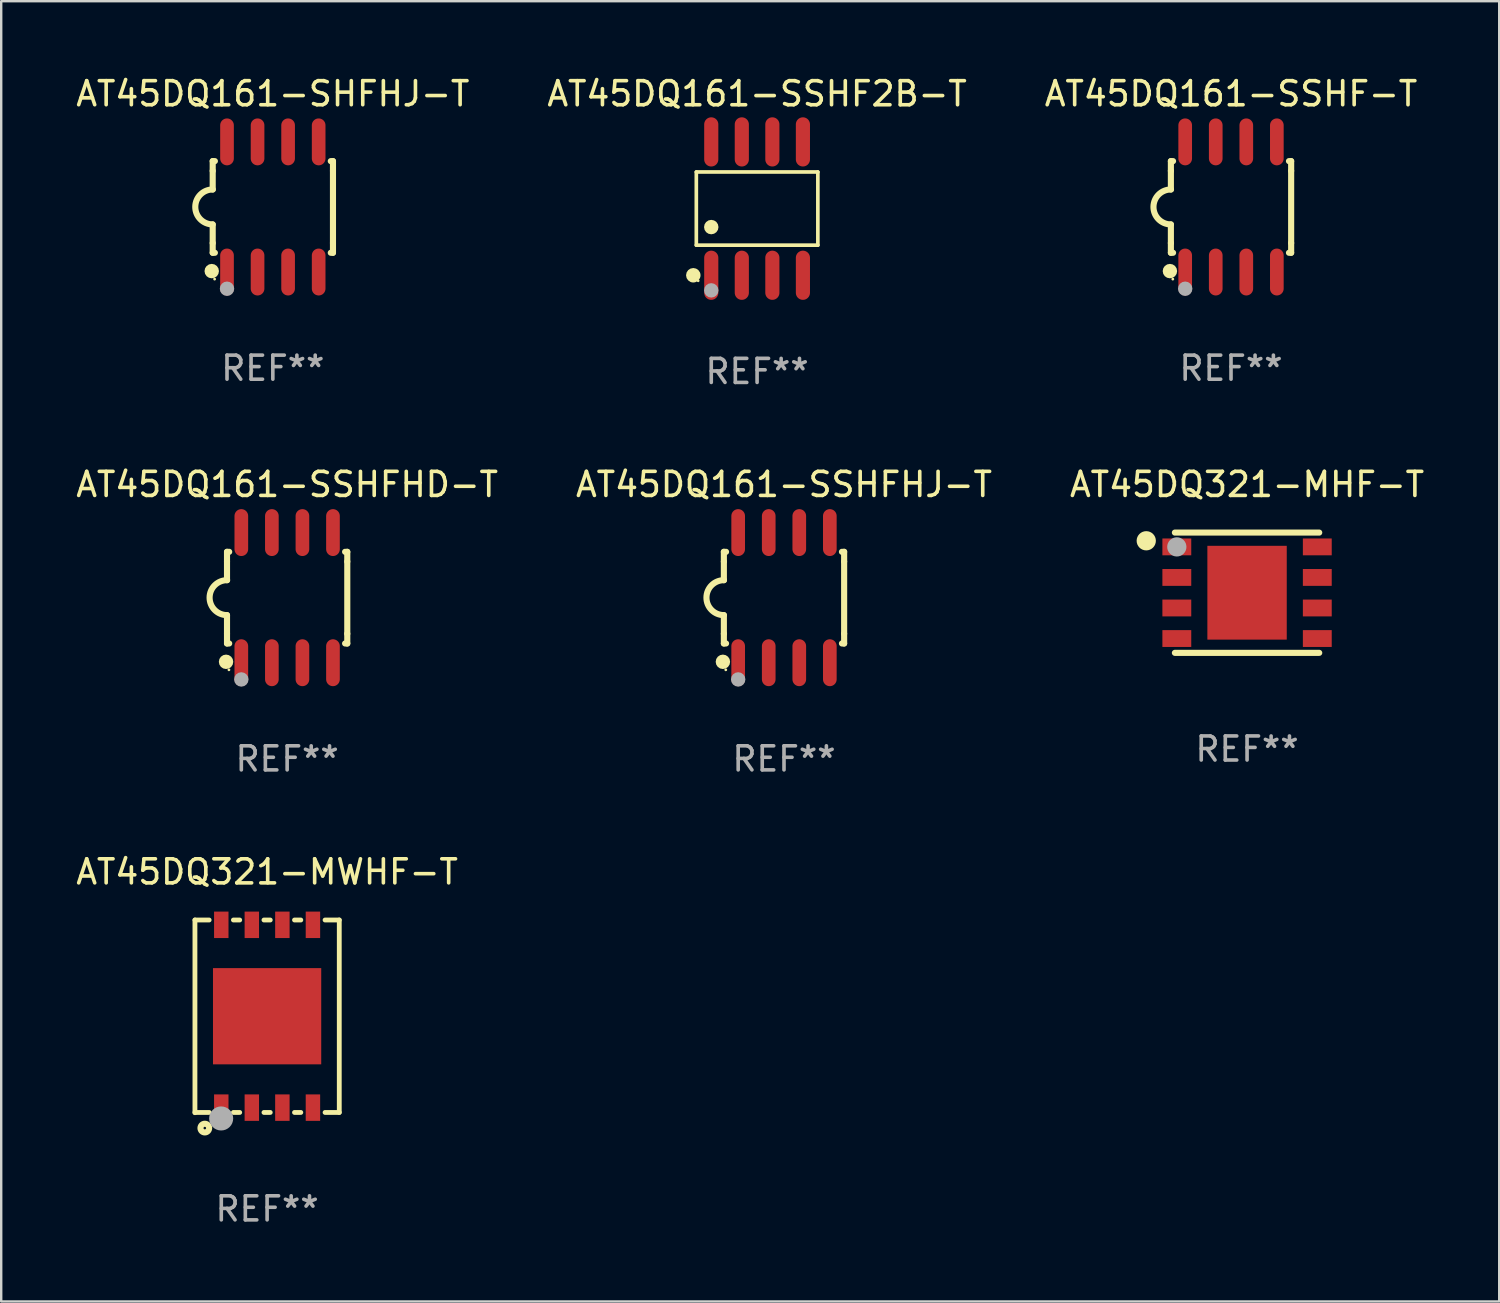
<source format=kicad_pcb>
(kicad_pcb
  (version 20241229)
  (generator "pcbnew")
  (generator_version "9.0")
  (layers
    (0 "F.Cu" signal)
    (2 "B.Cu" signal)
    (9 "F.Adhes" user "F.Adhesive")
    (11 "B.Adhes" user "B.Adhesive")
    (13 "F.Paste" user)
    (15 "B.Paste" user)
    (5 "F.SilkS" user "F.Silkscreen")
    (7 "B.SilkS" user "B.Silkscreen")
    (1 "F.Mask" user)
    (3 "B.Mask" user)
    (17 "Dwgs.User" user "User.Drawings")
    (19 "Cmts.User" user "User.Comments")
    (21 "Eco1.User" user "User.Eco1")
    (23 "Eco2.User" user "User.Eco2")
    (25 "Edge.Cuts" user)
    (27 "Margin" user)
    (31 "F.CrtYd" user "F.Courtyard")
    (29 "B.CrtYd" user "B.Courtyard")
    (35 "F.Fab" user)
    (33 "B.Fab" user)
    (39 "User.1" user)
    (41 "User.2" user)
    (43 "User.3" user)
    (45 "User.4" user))
  (footprint "AT45DQ161-SSHF2B-T"
    (layer "F.Cu")
    (at 28.423 5.621)
    (property "Reference" "AT45DQ161-SSHF2B-T" (at 0 -4.772 0) (layer "F.SilkS") (effects (font (size 1 1) (thickness 0.15))))
    (attr through_hole)
    (fp_line (start -2.526 -1.521) (end 2.526 -1.521) (stroke (width 0.152) (type solid)) (layer "F.SilkS"))
    (fp_line (start -2.526 1.521) (end -2.526 -1.521) (stroke (width 0.152) (type solid)) (layer "F.SilkS"))
    (fp_line (start 2.526 -1.521) (end 2.526 1.521) (stroke (width 0.152) (type solid)) (layer "F.SilkS"))
    (fp_line (start 2.526 1.521) (end -2.526 1.521) (stroke (width 0.152) (type solid)) (layer "F.SilkS"))
    (fp_circle (center -2.652 2.772) (end -2.501 2.772) (stroke (width 0.3) (type solid)) (fill no) (layer "F.SilkS"))
    (fp_circle (center -2.45 3) (end -2.42 3) (stroke (width 0.06) (type solid)) (fill no) (layer "F.SilkS"))
    (fp_circle (center -1.905 0.769) (end -1.755 0.769) (stroke (width 0.3) (type solid)) (fill no) (layer "F.SilkS"))
    (fp_circle (center -1.905 3.4) (end -1.755 3.4) (stroke (width 0.3) (type solid)) (fill no) (layer "F.Fab"))
    (fp_text user "REF**" (at 0 6.772 0) (layer "F.Fab") (effects (font (size 1 1) (thickness 0.15))))
    (pad "1" smd oval (at -1.905 2.772) (size 0.588 2.045) (layers "F.Cu" "F.Mask" "F.Paste"))
    (pad "2" smd oval (at -0.635 2.772) (size 0.588 2.045) (layers "F.Cu" "F.Mask" "F.Paste"))
    (pad "3" smd oval (at 0.635 2.772) (size 0.588 2.045) (layers "F.Cu" "F.Mask" "F.Paste"))
    (pad "4" smd oval (at 1.905 2.772) (size 0.588 2.045) (layers "F.Cu" "F.Mask" "F.Paste"))
    (pad "5" smd oval (at 1.905 -2.772) (size 0.588 2.045) (layers "F.Cu" "F.Mask" "F.Paste"))
    (pad "6" smd oval (at 0.635 -2.772) (size 0.588 2.045) (layers "F.Cu" "F.Mask" "F.Paste"))
    (pad "7" smd oval (at -0.635 -2.772) (size 0.588 2.045) (layers "F.Cu" "F.Mask" "F.Paste"))
    (pad "8" smd oval (at -1.905 -2.772) (size 0.588 2.045) (layers "F.Cu" "F.Mask" "F.Paste")))
  (footprint "AT45DQ161-SSHFHJ-T"
    (layer "F.Cu")
    (at 29.542 21.795)
    (property "Reference" "AT45DQ161-SSHFHJ-T" (at 0 -4.705 0) (layer "F.SilkS") (effects (font (size 1 1) (thickness 0.15))))
    (attr through_hole)
    (fp_line (start -2.5 -1.905) (end -2.409 -1.905) (stroke (width 0.254) (type solid)) (layer "F.SilkS"))
    (fp_line (start -2.5 -1.5) (end -2.5 -1.905) (stroke (width 0.254) (type solid)) (layer "F.SilkS"))
    (fp_line (start -2.5 -1.5) (end -2.5 -0.726) (stroke (width 0.254) (type solid)) (layer "F.SilkS"))
    (fp_line (start -2.5 1.5) (end -2.5 0.727) (stroke (width 0.254) (type solid)) (layer "F.SilkS"))
    (fp_line (start -2.5 1.5) (end -2.5 1.905) (stroke (width 0.254) (type solid)) (layer "F.SilkS"))
    (fp_line (start -2.5 1.905) (end -2.409 1.905) (stroke (width 0.254) (type solid)) (layer "F.SilkS"))
    (fp_line (start 2.5 -1.905) (end 2.409 -1.905) (stroke (width 0.254) (type solid)) (layer "F.SilkS"))
    (fp_line (start 2.5 -1.5) (end 2.5 -1.905) (stroke (width 0.254) (type solid)) (layer "F.SilkS"))
    (fp_line (start 2.5 -1.5) (end 2.5 1.5) (stroke (width 0.254) (type solid)) (layer "F.SilkS"))
    (fp_line (start 2.5 1.5) (end 2.5 1.905) (stroke (width 0.254) (type solid)) (layer "F.SilkS"))
    (fp_line (start 2.5 1.905) (end 2.409 1.905) (stroke (width 0.254) (type solid)) (layer "F.SilkS"))
    (fp_arc (start -2.5 0.726568) (mid -3.220316 -0.0023) (end -2.495097 -0.726289) (stroke (width 0.254001) (type solid)) (layer "F.SilkS"))
    (fp_circle (center -2.54 2.667) (end -2.39 2.667) (stroke (width 0.3) (type solid)) (fill no) (layer "F.SilkS"))
    (fp_circle (center -2.42 3) (end -2.39 3) (stroke (width 0.06) (type solid)) (fill no) (layer "F.SilkS"))
    (fp_circle (center -1.905 3.4) (end -1.755 3.4) (stroke (width 0.3) (type solid)) (fill no) (layer "F.Fab"))
    (fp_text user "REF**" (at 0 6.705 0) (layer "F.Fab") (effects (font (size 1 1) (thickness 0.15))))
    (pad "1" smd oval (at -1.905 2.705) (size 0.568 1.95) (layers "F.Cu" "F.Mask" "F.Paste"))
    (pad "2" smd oval (at -0.635 2.705) (size 0.568 1.95) (layers "F.Cu" "F.Mask" "F.Paste"))
    (pad "3" smd oval (at 0.635 2.705) (size 0.568 1.95) (layers "F.Cu" "F.Mask" "F.Paste"))
    (pad "4" smd oval (at 1.905 2.705) (size 0.568 1.95) (layers "F.Cu" "F.Mask" "F.Paste"))
    (pad "5" smd oval (at 1.905 -2.705) (size 0.568 1.95) (layers "F.Cu" "F.Mask" "F.Paste"))
    (pad "6" smd oval (at 0.635 -2.705) (size 0.568 1.95) (layers "F.Cu" "F.Mask" "F.Paste"))
    (pad "7" smd oval (at -0.635 -2.705) (size 0.568 1.95) (layers "F.Cu" "F.Mask" "F.Paste"))
    (pad "8" smd oval (at -1.905 -2.705) (size 0.568 1.95) (layers "F.Cu" "F.Mask" "F.Paste")))
  (footprint "AT45DQ161-SSHFHD-T"
    (layer "F.Cu")
    (at 8.887 21.795)
    (property "Reference" "AT45DQ161-SSHFHD-T" (at 0 -4.705 0) (layer "F.SilkS") (effects (font (size 1 1) (thickness 0.15))))
    (attr through_hole)
    (fp_line (start -2.5 -1.905) (end -2.409 -1.905) (stroke (width 0.254) (type solid)) (layer "F.SilkS"))
    (fp_line (start -2.5 -1.5) (end -2.5 -1.905) (stroke (width 0.254) (type solid)) (layer "F.SilkS"))
    (fp_line (start -2.5 -1.5) (end -2.5 -0.726) (stroke (width 0.254) (type solid)) (layer "F.SilkS"))
    (fp_line (start -2.5 1.5) (end -2.5 0.727) (stroke (width 0.254) (type solid)) (layer "F.SilkS"))
    (fp_line (start -2.5 1.5) (end -2.5 1.905) (stroke (width 0.254) (type solid)) (layer "F.SilkS"))
    (fp_line (start -2.5 1.905) (end -2.409 1.905) (stroke (width 0.254) (type solid)) (layer "F.SilkS"))
    (fp_line (start 2.5 -1.905) (end 2.409 -1.905) (stroke (width 0.254) (type solid)) (layer "F.SilkS"))
    (fp_line (start 2.5 -1.5) (end 2.5 -1.905) (stroke (width 0.254) (type solid)) (layer "F.SilkS"))
    (fp_line (start 2.5 -1.5) (end 2.5 1.5) (stroke (width 0.254) (type solid)) (layer "F.SilkS"))
    (fp_line (start 2.5 1.5) (end 2.5 1.905) (stroke (width 0.254) (type solid)) (layer "F.SilkS"))
    (fp_line (start 2.5 1.905) (end 2.409 1.905) (stroke (width 0.254) (type solid)) (layer "F.SilkS"))
    (fp_arc (start -2.5 0.726568) (mid -3.220316 -0.0023) (end -2.495097 -0.726289) (stroke (width 0.254001) (type solid)) (layer "F.SilkS"))
    (fp_circle (center -2.54 2.667) (end -2.39 2.667) (stroke (width 0.3) (type solid)) (fill no) (layer "F.SilkS"))
    (fp_circle (center -2.42 3) (end -2.39 3) (stroke (width 0.06) (type solid)) (fill no) (layer "F.SilkS"))
    (fp_circle (center -1.905 3.4) (end -1.755 3.4) (stroke (width 0.3) (type solid)) (fill no) (layer "F.Fab"))
    (fp_text user "REF**" (at 0 6.705 0) (layer "F.Fab") (effects (font (size 1 1) (thickness 0.15))))
    (pad "1" smd oval (at -1.905 2.705) (size 0.568 1.95) (layers "F.Cu" "F.Mask" "F.Paste"))
    (pad "2" smd oval (at -0.635 2.705) (size 0.568 1.95) (layers "F.Cu" "F.Mask" "F.Paste"))
    (pad "3" smd oval (at 0.635 2.705) (size 0.568 1.95) (layers "F.Cu" "F.Mask" "F.Paste"))
    (pad "4" smd oval (at 1.905 2.705) (size 0.568 1.95) (layers "F.Cu" "F.Mask" "F.Paste"))
    (pad "5" smd oval (at 1.905 -2.705) (size 0.568 1.95) (layers "F.Cu" "F.Mask" "F.Paste"))
    (pad "6" smd oval (at 0.635 -2.705) (size 0.568 1.95) (layers "F.Cu" "F.Mask" "F.Paste"))
    (pad "7" smd oval (at -0.635 -2.705) (size 0.568 1.95) (layers "F.Cu" "F.Mask" "F.Paste"))
    (pad "8" smd oval (at -1.905 -2.705) (size 0.568 1.95) (layers "F.Cu" "F.Mask" "F.Paste")))
  (footprint "AT45DQ161-SSHF-T"
    (layer "F.Cu")
    (at 48.125 5.553)
    (property "Reference" "AT45DQ161-SSHF-T" (at 0 -4.705 0) (layer "F.SilkS") (effects (font (size 1 1) (thickness 0.15))))
    (attr through_hole)
    (fp_line (start -2.5 -1.905) (end -2.409 -1.905) (stroke (width 0.254) (type solid)) (layer "F.SilkS"))
    (fp_line (start -2.5 -1.5) (end -2.5 -1.905) (stroke (width 0.254) (type solid)) (layer "F.SilkS"))
    (fp_line (start -2.5 -1.5) (end -2.5 -0.726) (stroke (width 0.254) (type solid)) (layer "F.SilkS"))
    (fp_line (start -2.5 1.5) (end -2.5 0.727) (stroke (width 0.254) (type solid)) (layer "F.SilkS"))
    (fp_line (start -2.5 1.5) (end -2.5 1.905) (stroke (width 0.254) (type solid)) (layer "F.SilkS"))
    (fp_line (start -2.5 1.905) (end -2.409 1.905) (stroke (width 0.254) (type solid)) (layer "F.SilkS"))
    (fp_line (start 2.5 -1.905) (end 2.409 -1.905) (stroke (width 0.254) (type solid)) (layer "F.SilkS"))
    (fp_line (start 2.5 -1.5) (end 2.5 -1.905) (stroke (width 0.254) (type solid)) (layer "F.SilkS"))
    (fp_line (start 2.5 -1.5) (end 2.5 1.5) (stroke (width 0.254) (type solid)) (layer "F.SilkS"))
    (fp_line (start 2.5 1.5) (end 2.5 1.905) (stroke (width 0.254) (type solid)) (layer "F.SilkS"))
    (fp_line (start 2.5 1.905) (end 2.409 1.905) (stroke (width 0.254) (type solid)) (layer "F.SilkS"))
    (fp_arc (start -2.5 0.726568) (mid -3.220316 -0.0023) (end -2.495097 -0.726289) (stroke (width 0.254001) (type solid)) (layer "F.SilkS"))
    (fp_circle (center -2.54 2.667) (end -2.39 2.667) (stroke (width 0.3) (type solid)) (fill no) (layer "F.SilkS"))
    (fp_circle (center -2.42 3) (end -2.39 3) (stroke (width 0.06) (type solid)) (fill no) (layer "F.SilkS"))
    (fp_circle (center -1.905 3.4) (end -1.755 3.4) (stroke (width 0.3) (type solid)) (fill no) (layer "F.Fab"))
    (fp_text user "REF**" (at 0 6.705 0) (layer "F.Fab") (effects (font (size 1 1) (thickness 0.15))))
    (pad "1" smd oval (at -1.905 2.705) (size 0.568 1.95) (layers "F.Cu" "F.Mask" "F.Paste"))
    (pad "2" smd oval (at -0.635 2.705) (size 0.568 1.95) (layers "F.Cu" "F.Mask" "F.Paste"))
    (pad "3" smd oval (at 0.635 2.705) (size 0.568 1.95) (layers "F.Cu" "F.Mask" "F.Paste"))
    (pad "4" smd oval (at 1.905 2.705) (size 0.568 1.95) (layers "F.Cu" "F.Mask" "F.Paste"))
    (pad "5" smd oval (at 1.905 -2.705) (size 0.568 1.95) (layers "F.Cu" "F.Mask" "F.Paste"))
    (pad "6" smd oval (at 0.635 -2.705) (size 0.568 1.95) (layers "F.Cu" "F.Mask" "F.Paste"))
    (pad "7" smd oval (at -0.635 -2.705) (size 0.568 1.95) (layers "F.Cu" "F.Mask" "F.Paste"))
    (pad "8" smd oval (at -1.905 -2.705) (size 0.568 1.95) (layers "F.Cu" "F.Mask" "F.Paste")))
  (footprint "AT45DQ161-SHFHJ-T"
    (layer "F.Cu")
    (at 8.292 5.553)
    (property "Reference" "AT45DQ161-SHFHJ-T" (at 0 -4.705 0) (layer "F.SilkS") (effects (font (size 1 1) (thickness 0.15))))
    (attr through_hole)
    (fp_line (start -2.5 -1.905) (end -2.409 -1.905) (stroke (width 0.254) (type solid)) (layer "F.SilkS"))
    (fp_line (start -2.5 -1.5) (end -2.5 -1.905) (stroke (width 0.254) (type solid)) (layer "F.SilkS"))
    (fp_line (start -2.5 -1.5) (end -2.5 -0.726) (stroke (width 0.254) (type solid)) (layer "F.SilkS"))
    (fp_line (start -2.5 1.5) (end -2.5 0.727) (stroke (width 0.254) (type solid)) (layer "F.SilkS"))
    (fp_line (start -2.5 1.5) (end -2.5 1.905) (stroke (width 0.254) (type solid)) (layer "F.SilkS"))
    (fp_line (start -2.5 1.905) (end -2.409 1.905) (stroke (width 0.254) (type solid)) (layer "F.SilkS"))
    (fp_line (start 2.5 -1.905) (end 2.409 -1.905) (stroke (width 0.254) (type solid)) (layer "F.SilkS"))
    (fp_line (start 2.5 -1.5) (end 2.5 -1.905) (stroke (width 0.254) (type solid)) (layer "F.SilkS"))
    (fp_line (start 2.5 -1.5) (end 2.5 1.5) (stroke (width 0.254) (type solid)) (layer "F.SilkS"))
    (fp_line (start 2.5 1.5) (end 2.5 1.905) (stroke (width 0.254) (type solid)) (layer "F.SilkS"))
    (fp_line (start 2.5 1.905) (end 2.409 1.905) (stroke (width 0.254) (type solid)) (layer "F.SilkS"))
    (fp_arc (start -2.5 0.726568) (mid -3.220316 -0.0023) (end -2.495097 -0.726289) (stroke (width 0.254001) (type solid)) (layer "F.SilkS"))
    (fp_circle (center -2.54 2.667) (end -2.39 2.667) (stroke (width 0.3) (type solid)) (fill no) (layer "F.SilkS"))
    (fp_circle (center -2.42 3) (end -2.39 3) (stroke (width 0.06) (type solid)) (fill no) (layer "F.SilkS"))
    (fp_circle (center -1.905 3.4) (end -1.755 3.4) (stroke (width 0.3) (type solid)) (fill no) (layer "F.Fab"))
    (fp_text user "REF**" (at 0 6.705 0) (layer "F.Fab") (effects (font (size 1 1) (thickness 0.15))))
    (pad "1" smd oval (at -1.905 2.705) (size 0.568 1.95) (layers "F.Cu" "F.Mask" "F.Paste"))
    (pad "2" smd oval (at -0.635 2.705) (size 0.568 1.95) (layers "F.Cu" "F.Mask" "F.Paste"))
    (pad "3" smd oval (at 0.635 2.705) (size 0.568 1.95) (layers "F.Cu" "F.Mask" "F.Paste"))
    (pad "4" smd oval (at 1.905 2.705) (size 0.568 1.95) (layers "F.Cu" "F.Mask" "F.Paste"))
    (pad "5" smd oval (at 1.905 -2.705) (size 0.568 1.95) (layers "F.Cu" "F.Mask" "F.Paste"))
    (pad "6" smd oval (at 0.635 -2.705) (size 0.568 1.95) (layers "F.Cu" "F.Mask" "F.Paste"))
    (pad "7" smd oval (at -0.635 -2.705) (size 0.568 1.95) (layers "F.Cu" "F.Mask" "F.Paste"))
    (pad "8" smd oval (at -1.905 -2.705) (size 0.568 1.95) (layers "F.Cu" "F.Mask" "F.Paste")))
  (footprint "AT45DQ321-MHF-T"
    (layer "F.Cu")
    (at 48.792 21.59)
    (property "Reference" "AT45DQ321-MHF-T" (at 0 -4.5 0) (layer "F.SilkS") (effects (font (size 1 1) (thickness 0.15))))
    (attr through_hole)
    (fp_line (start 3 -2.5) (end -3 -2.5) (stroke (width 0.254) (type solid)) (layer "F.SilkS"))
    (fp_line (start 3 2.5) (end -3 2.5) (stroke (width 0.254) (type solid)) (layer "F.SilkS"))
    (fp_circle (center -4.191 -2.159) (end -3.991 -2.159) (stroke (width 0.4) (type solid)) (fill no) (layer "F.SilkS"))
    (fp_circle (center -3 -2.5) (end -2.97 -2.5) (stroke (width 0.06) (type solid)) (fill no) (layer "F.SilkS"))
    (fp_circle (center -2.92 -1.905) (end -2.72 -1.905) (stroke (width 0.4) (type solid)) (fill no) (layer "F.Fab"))
    (fp_text user "REF**" (at 0 6.5 0) (layer "F.Fab") (effects (font (size 1 1) (thickness 0.15))))
    (pad "1" smd rect (at -2.92 -1.905) (size 1.2 0.7) (layers "F.Cu" "F.Mask" "F.Paste"))
    (pad "2" smd rect (at -2.92 -0.635) (size 1.2 0.7) (layers "F.Cu" "F.Mask" "F.Paste"))
    (pad "3" smd rect (at -2.92 0.635) (size 1.2 0.7) (layers "F.Cu" "F.Mask" "F.Paste"))
    (pad "4" smd rect (at -2.92 1.905) (size 1.2 0.7) (layers "F.Cu" "F.Mask" "F.Paste"))
    (pad "5" smd rect (at 2.92 1.905) (size 1.2 0.7) (layers "F.Cu" "F.Mask" "F.Paste"))
    (pad "6" smd rect (at 2.92 0.635) (size 1.2 0.7) (layers "F.Cu" "F.Mask" "F.Paste"))
    (pad "7" smd rect (at 2.92 -0.635) (size 1.2 0.7) (layers "F.Cu" "F.Mask" "F.Paste"))
    (pad "8" smd rect (at 2.92 -1.905) (size 1.2 0.7) (layers "F.Cu" "F.Mask" "F.Paste"))
    (pad "9" smd rect (at 0 0) (size 3.3 3.9) (layers "F.Cu" "F.Mask" "F.Paste")))
  (footprint "AT45DQ321-MWHF-T"
    (layer "F.Cu")
    (at 8.054 39.201)
    (property "Reference" "AT45DQ321-MWHF-T" (at 0 -6.005 0) (layer "F.SilkS") (effects (font (size 1 1) (thickness 0.15))))
    (attr through_hole)
    (fp_line (start -3 -4.005) (end -3 4.005) (stroke (width 0.2) (type solid)) (layer "F.SilkS"))
    (fp_line (start -3 3.995) (end -2.409 3.995) (stroke (width 0.2) (type solid)) (layer "F.SilkS"))
    (fp_line (start -2.409 -4.005) (end -3 -4.005) (stroke (width 0.2) (type solid)) (layer "F.SilkS"))
    (fp_line (start -1.401 3.995) (end -1.139 3.995) (stroke (width 0.2) (type solid)) (layer "F.SilkS"))
    (fp_line (start -1.139 -4.005) (end -1.401 -4.005) (stroke (width 0.2) (type solid)) (layer "F.SilkS"))
    (fp_line (start -0.131 3.995) (end 0.131 3.995) (stroke (width 0.2) (type solid)) (layer "F.SilkS"))
    (fp_line (start 0.131 -4.005) (end -0.131 -4.005) (stroke (width 0.2) (type solid)) (layer "F.SilkS"))
    (fp_line (start 1.139 3.995) (end 1.401 3.995) (stroke (width 0.2) (type solid)) (layer "F.SilkS"))
    (fp_line (start 1.401 -4.005) (end 1.139 -4.005) (stroke (width 0.2) (type solid)) (layer "F.SilkS"))
    (fp_line (start 2.409 3.995) (end 3 3.995) (stroke (width 0.2) (type solid)) (layer "F.SilkS"))
    (fp_line (start 3 -4.005) (end 2.409 -4.005) (stroke (width 0.2) (type solid)) (layer "F.SilkS"))
    (fp_line (start 3 3.995) (end 3 -4.005) (stroke (width 0.2) (type solid)) (layer "F.SilkS"))
    (fp_circle (center -3 3.995) (end -2.97 3.995) (stroke (width 0.06) (type solid)) (fill no) (layer "F.SilkS"))
    (fp_circle (center -2.59 4.645) (end -2.41 4.645) (stroke (width 0.254) (type solid)) (fill no) (layer "F.SilkS"))
    (fp_circle (center -1.91 4.245) (end -1.66 4.245) (stroke (width 0.5) (type solid)) (fill no) (layer "F.Fab"))
    (fp_text user "REF**" (at 0 8.005 0) (layer "F.Fab") (effects (font (size 1 1) (thickness 0.15))))
    (pad "1" smd rect (at -1.905 3.795) (size 0.6 1.1) (layers "F.Cu" "F.Mask" "F.Paste"))
    (pad "2" smd rect (at -0.635 3.795) (size 0.6 1.1) (layers "F.Cu" "F.Mask" "F.Paste"))
    (pad "3" smd rect (at 0.635 3.795) (size 0.6 1.1) (layers "F.Cu" "F.Mask" "F.Paste"))
    (pad "4" smd rect (at 1.905 3.795) (size 0.6 1.1) (layers "F.Cu" "F.Mask" "F.Paste"))
    (pad "5" smd rect (at 1.905 -3.805) (size 0.6 1.1) (layers "F.Cu" "F.Mask" "F.Paste"))
    (pad "6" smd rect (at 0.635 -3.805) (size 0.6 1.1) (layers "F.Cu" "F.Mask" "F.Paste"))
    (pad "7" smd rect (at -0.635 -3.805) (size 0.6 1.1) (layers "F.Cu" "F.Mask" "F.Paste"))
    (pad "8" smd rect (at -1.905 -3.805) (size 0.6 1.1) (layers "F.Cu" "F.Mask" "F.Paste"))
    (pad "9" smd rect (at 0 -0.005) (size 4.5 4) (layers "F.Cu" "F.Mask" "F.Paste")))
  (gr_rect
    (start -3 -3)
    (end 59.274 51.055)
    (stroke (width 0.1) (type default))
    (fill no)
    (layer "Edge.Cuts")))
</source>
